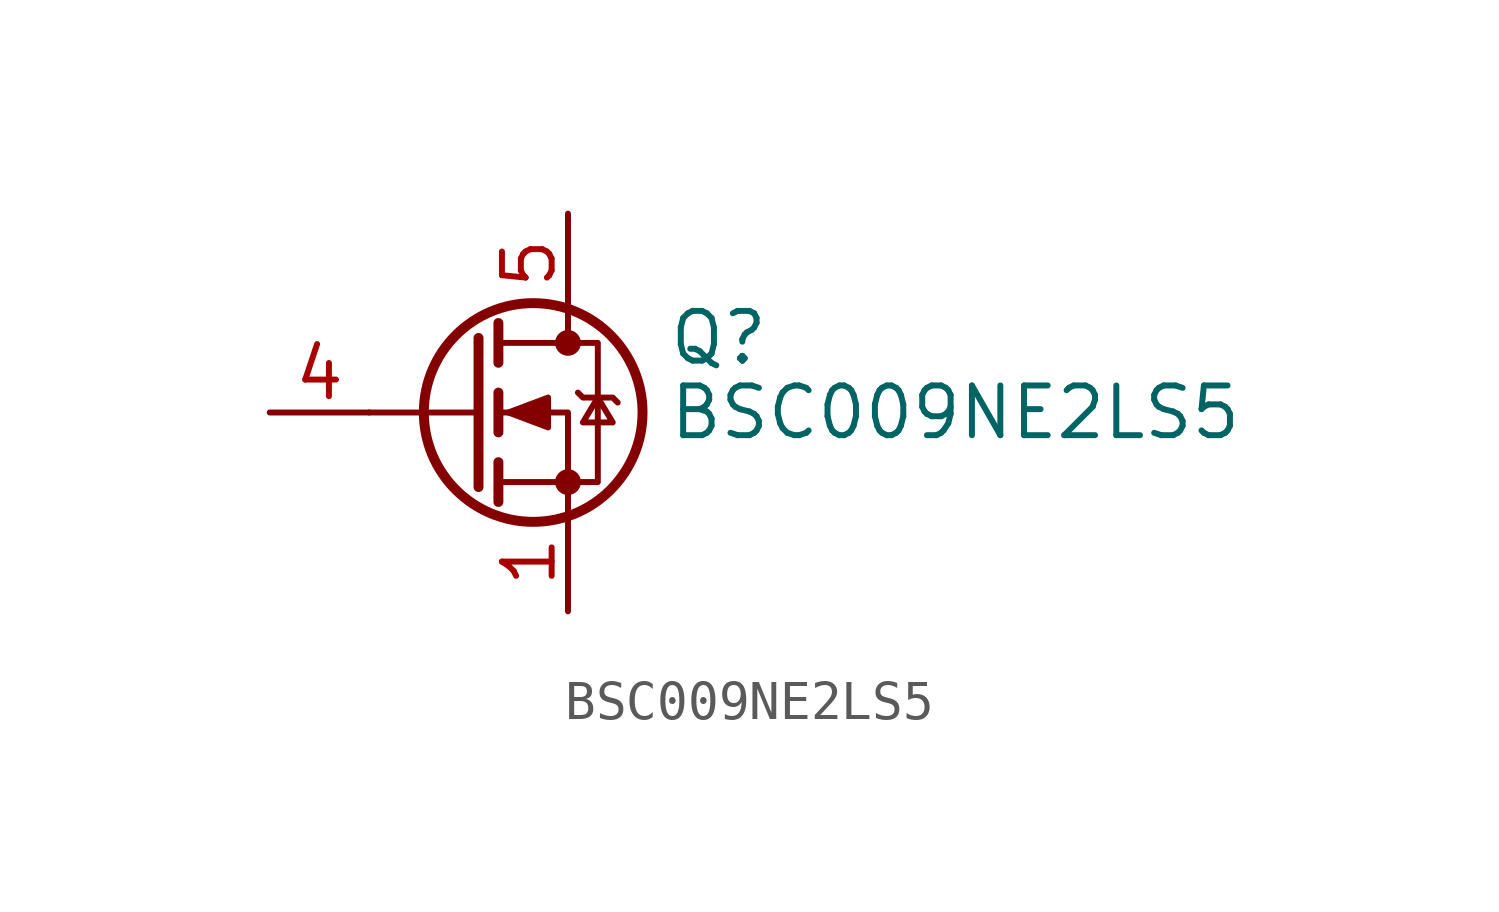
<source format=kicad_sym>
(kicad_symbol_lib
  (version 20220914)
  (generator kicad_symbol_editor)
  (symbol "BSC009NE2LS5"
    (pin_names hide)
    (property "Reference" "Q"
      (at 5.08 1.905 0)
      (effects (font (size 1.27 1.27)) (justify left)))
    (property "Value" "BSC009NE2LS5"
      (at 5.08 0 0)
      (effects (font (size 1.27 1.27)) (justify left)))
    (symbol "BSC009NE2LS5_0_1"
      (polyline (pts (xy 0.254 0) (xy -2.54 0)) (stroke (width 0) (type default)) (fill (type none)))
      (polyline (pts (xy 0.254 1.905) (xy 0.254 -1.905)) (stroke (width 0.254) (type default)) (fill (type none)))
      (polyline (pts (xy 0.762 -1.27) (xy 0.762 -2.286)) (stroke (width 0.254) (type default)) (fill (type none)))
      (polyline (pts (xy 0.762 0.508) (xy 0.762 -0.508)) (stroke (width 0.254) (type default)) (fill (type none)))
      (polyline (pts (xy 0.762 2.286) (xy 0.762 1.27)) (stroke (width 0.254) (type default)) (fill (type none)))
      (polyline (pts (xy 2.54 2.54) (xy 2.54 1.778)) (stroke (width 0) (type default)) (fill (type none)))
      (polyline (pts (xy 2.54 -2.54) (xy 2.54 0) (xy 0.762 0)) (stroke (width 0) (type default)) (fill (type none)))
      (polyline (pts (xy 0.762 -1.778) (xy 3.302 -1.778) (xy 3.302 1.778) (xy 0.762 1.778)) (stroke (width 0) (type default)) (fill (type none)))
      (polyline (pts (xy 1.016 0) (xy 2.032 0.381) (xy 2.032 -0.381) (xy 1.016 0)) (stroke (width 0) (type default)) (fill (type outline)))
      (polyline (pts (xy 2.794 0.508) (xy 2.921 0.381) (xy 3.683 0.381) (xy 3.81 0.254)) (stroke (width 0) (type default)) (fill (type none)))
      (polyline (pts (xy 3.302 0.381) (xy 2.921 -0.254) (xy 3.683 -0.254) (xy 3.302 0.381)) (stroke (width 0) (type default)) (fill (type none)))
      (circle (center 1.651 0) (radius 2.794) (stroke (width 0.254) (type default)) (fill (type none)))
      (circle (center 2.54 -1.778) (radius 0.254) (stroke (width 0) (type default)) (fill (type outline)))
      (circle (center 2.54 1.778) (radius 0.254) (stroke (width 0) (type default)) (fill (type outline))))
    (symbol "BSC009NE2LS5_1_1"
      (pin passive line (at 2.54 -5.08 90) (length 2.54) (name "S" (effects (font (size 1.27 1.27)))) (number "1" (effects (font (size 1.27 1.27)))))
      (pin passive line (at 2.54 -5.08 90) (length 2.54) hide (name "S" (effects (font (size 1.27 1.27)))) (number "2" (effects (font (size 1.27 1.27)))))
      (pin passive line (at 2.54 -5.08 90) (length 2.54) hide (name "S" (effects (font (size 1.27 1.27)))) (number "3" (effects (font (size 1.27 1.27)))))
      (pin passive line (at -5.08 0 0) (length 2.54) (name "G" (effects (font (size 1.27 1.27)))) (number "4" (effects (font (size 1.27 1.27)))))
      (pin passive line (at 2.54 5.08 270) (length 2.54) (name "D" (effects (font (size 1.27 1.27)))) (number "5" (effects (font (size 1.27 1.27))))))))
</source>
